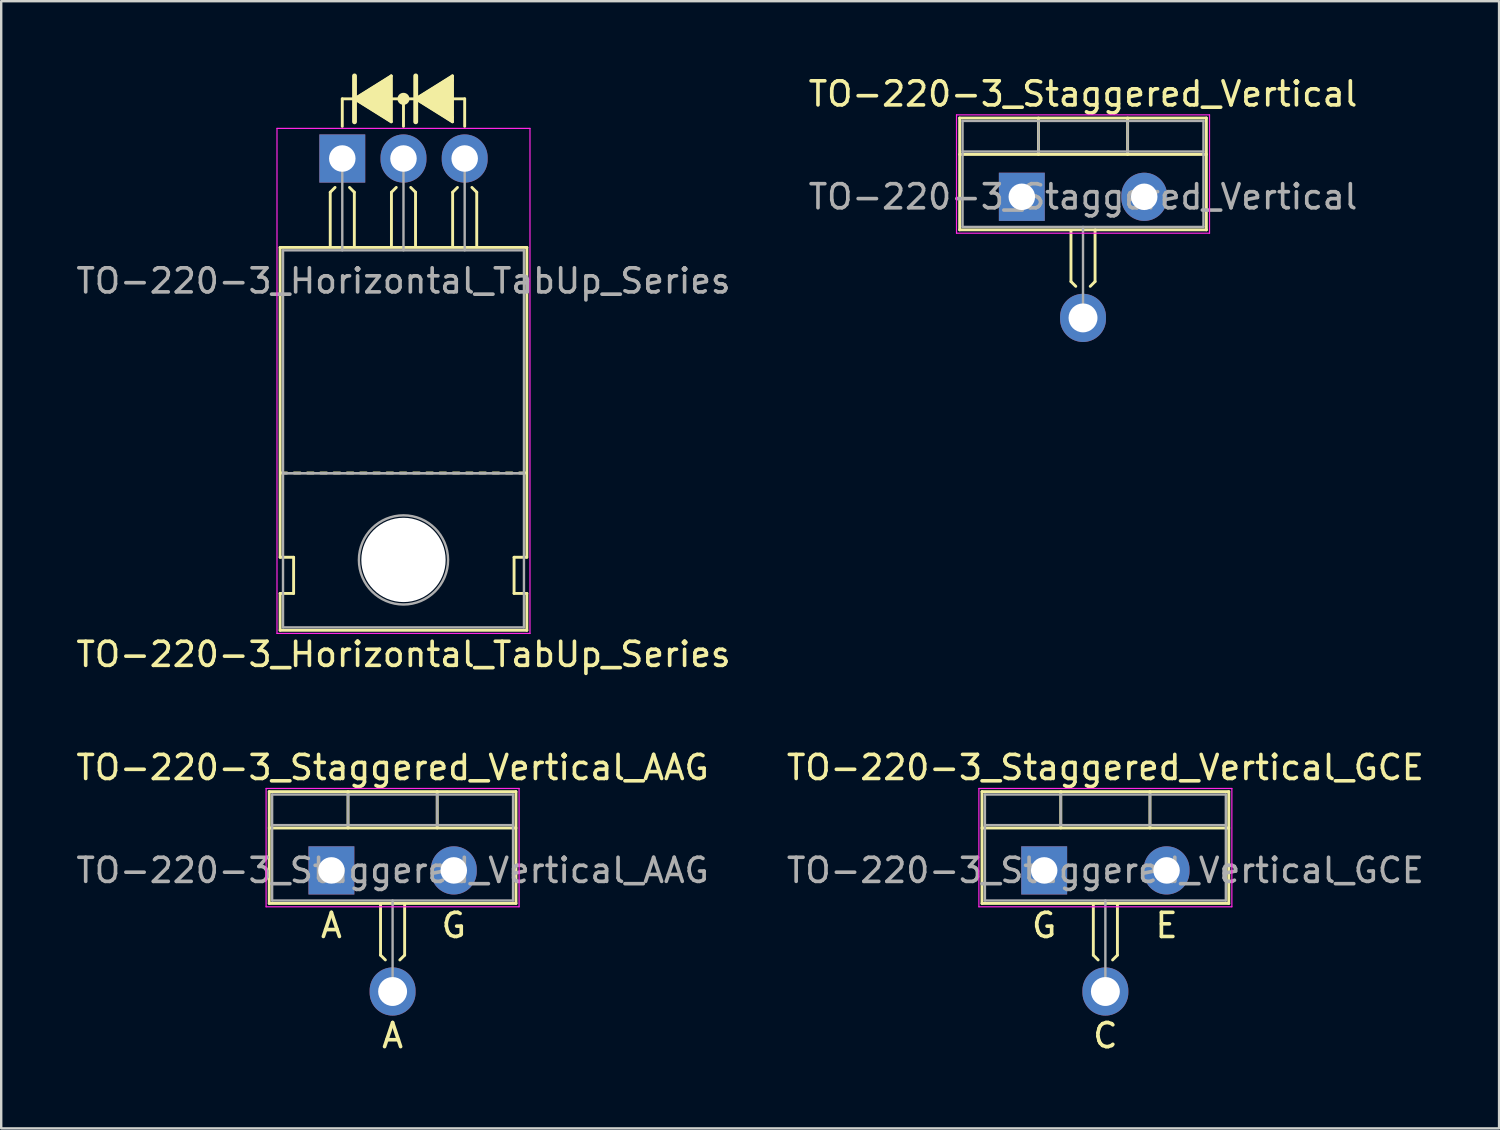
<source format=kicad_pcb>
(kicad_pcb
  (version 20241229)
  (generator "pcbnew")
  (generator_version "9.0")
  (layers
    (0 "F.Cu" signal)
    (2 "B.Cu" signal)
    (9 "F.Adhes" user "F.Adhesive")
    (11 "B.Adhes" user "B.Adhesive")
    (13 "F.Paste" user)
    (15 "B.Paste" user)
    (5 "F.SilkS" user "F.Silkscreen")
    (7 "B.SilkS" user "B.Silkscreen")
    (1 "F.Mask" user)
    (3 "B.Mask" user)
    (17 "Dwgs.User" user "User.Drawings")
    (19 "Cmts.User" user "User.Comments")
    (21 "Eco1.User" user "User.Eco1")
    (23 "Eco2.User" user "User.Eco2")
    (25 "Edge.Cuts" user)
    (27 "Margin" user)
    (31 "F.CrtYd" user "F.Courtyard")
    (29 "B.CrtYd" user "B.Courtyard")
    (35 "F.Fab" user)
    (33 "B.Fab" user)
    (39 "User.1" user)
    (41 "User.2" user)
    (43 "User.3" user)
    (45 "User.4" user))
  (footprint "TO-220-3_Staggered_Vertical_GCE"
    (layer "F.Cu")
    (at 40.287 33.075)
    (property "Reference" "TO-220-3_Staggered_Vertical_GCE" (at 2.54 -4.27 0) (layer "F.SilkS") (effects (font (size 1 1) (thickness 0.15))))
    (fp_line (start -2.58 -3.27) (end -2.58 1.371) (stroke (width 0.12) (type solid)) (layer "F.SilkS"))
    (fp_line (start -2.58 -3.27) (end 7.66 -3.27) (stroke (width 0.12) (type solid)) (layer "F.SilkS"))
    (fp_line (start -2.58 -1.76) (end 7.66 -1.76) (stroke (width 0.12) (type solid)) (layer "F.SilkS"))
    (fp_line (start -2.58 1.371) (end 3.048 1.371) (stroke (width 0.12) (type solid)) (layer "F.SilkS"))
    (fp_line (start 0.69 -3.27) (end 0.69 -1.76) (stroke (width 0.12) (type solid)) (layer "F.SilkS"))
    (fp_line (start 2.04 1.417) (end 2.04 3.517) (stroke (width 0.12) (type solid)) (layer "F.SilkS"))
    (fp_line (start 2.04 3.517) (end 2.24 3.716) (stroke (width 0.12) (type solid)) (layer "F.SilkS"))
    (fp_line (start 3.04 1.417) (end 3.04 3.517) (stroke (width 0.12) (type solid)) (layer "F.SilkS"))
    (fp_line (start 3.04 3.517) (end 2.84 3.716) (stroke (width 0.12) (type solid)) (layer "F.SilkS"))
    (fp_line (start 4.391 -3.27) (end 4.391 -1.76) (stroke (width 0.12) (type solid)) (layer "F.SilkS"))
    (fp_line (start 7.66 -3.27) (end 7.66 1.371) (stroke (width 0.12) (type solid)) (layer "F.SilkS"))
    (fp_line (start 7.66 1.371) (end 3.048 1.371) (stroke (width 0.12) (type solid)) (layer "F.SilkS"))
    (fp_line (start -2.71 -3.4) (end -2.71 1.51) (stroke (width 0.05) (type solid)) (layer "F.CrtYd"))
    (fp_line (start -2.71 1.51) (end 7.79 1.51) (stroke (width 0.05) (type solid)) (layer "F.CrtYd"))
    (fp_line (start 7.79 -3.4) (end -2.71 -3.4) (stroke (width 0.05) (type solid)) (layer "F.CrtYd"))
    (fp_line (start 7.79 1.51) (end 7.79 -3.4) (stroke (width 0.05) (type solid)) (layer "F.CrtYd"))
    (fp_line (start -2.46 -3.15) (end -2.46 1.25) (stroke (width 0.1) (type solid)) (layer "F.Fab"))
    (fp_line (start -2.46 -1.88) (end 7.54 -1.88) (stroke (width 0.1) (type solid)) (layer "F.Fab"))
    (fp_line (start -2.46 1.25) (end 7.54 1.25) (stroke (width 0.1) (type solid)) (layer "F.Fab"))
    (fp_line (start 0.69 -3.15) (end 0.69 -1.88) (stroke (width 0.1) (type solid)) (layer "F.Fab"))
    (fp_line (start 2.54 5.08) (end 2.54 1.25) (stroke (width 0.1) (type solid)) (layer "F.Fab"))
    (fp_line (start 4.39 -3.15) (end 4.39 -1.88) (stroke (width 0.1) (type solid)) (layer "F.Fab"))
    (fp_line (start 7.54 -3.15) (end -2.46 -3.15) (stroke (width 0.1) (type solid)) (layer "F.Fab"))
    (fp_line (start 7.54 1.25) (end 7.54 -3.15) (stroke (width 0.1) (type solid)) (layer "F.Fab"))
    (fp_text user "G" (at 0 2.286 0) (unlocked yes) (layer "F.SilkS") (effects (font (size 1 1) (thickness 0.15))))
    (fp_text user "C" (at 2.54 6.858 0) (unlocked yes) (layer "F.SilkS") (effects (font (size 1 1) (thickness 0.15))))
    (fp_text user "E" (at 5.08 2.286 0) (unlocked yes) (layer "F.SilkS") (effects (font (size 1 1) (thickness 0.15))))
    (fp_text user "${REFERENCE}" (at 2.54 0 0) (layer "F.Fab") (effects (font (size 1 1) (thickness 0.15))))
    (pad "1" thru_hole rect (at 0 0) (size 1.905 2) (drill 1.1) (layers "*.Cu" "*.Mask"))
    (pad "2" thru_hole oval (at 2.54 5.026) (size 1.905 2) (drill 1.2) (layers "*.Cu" "*.Mask"))
    (pad "3" thru_hole oval (at 5.08 0) (size 1.905 2) (drill 1.1) (layers "*.Cu" "*.Mask")))
  (footprint "TO-220-3_Horizontal_TabUp_Series"
    (layer "F.Cu")
    (at 11.156 3.529)
    (property "Reference" "TO-220-3_Horizontal_TabUp_Series" (at 2.54 20.58 0) (layer "F.SilkS") (effects (font (size 1 1) (thickness 0.15))))
    (attr through_hole)
    (fp_line (start -2.58 16.55) (end -2.58 3.69) (stroke (width 0.12) (type solid)) (layer "F.SilkS"))
    (fp_line (start -2.58 16.55) (end -2.02 16.55) (stroke (width 0.12) (type solid)) (layer "F.SilkS"))
    (fp_line (start -2.58 19.58) (end -2.58 18.05) (stroke (width 0.12) (type solid)) (layer "F.SilkS"))
    (fp_line (start -2.3 13.05) (end -2.55 13.05) (stroke (width 0.12) (type solid)) (layer "F.SilkS"))
    (fp_line (start -2.02 16.55) (end -2.02 18.05) (stroke (width 0.12) (type solid)) (layer "F.SilkS"))
    (fp_line (start -2.02 18.05) (end -2.58 18.05) (stroke (width 0.12) (type solid)) (layer "F.SilkS"))
    (fp_line (start -1.75 13.05) (end -2 13.05) (stroke (width 0.12) (type solid)) (layer "F.SilkS"))
    (fp_line (start -1.2 13.05) (end -1.45 13.05) (stroke (width 0.12) (type solid)) (layer "F.SilkS"))
    (fp_line (start -0.65 13.05) (end -0.9 13.05) (stroke (width 0.12) (type solid)) (layer "F.SilkS"))
    (fp_line (start -0.5 1.4) (end -0.3 1.2) (stroke (width 0.12) (type solid)) (layer "F.SilkS"))
    (fp_line (start -0.5 3.65) (end -0.5 1.4) (stroke (width 0.12) (type solid)) (layer "F.SilkS"))
    (fp_line (start -0.1 13.05) (end -0.35 13.05) (stroke (width 0.12) (type solid)) (layer "F.SilkS"))
    (fp_line (start 0 -2.477) (end 0.508 -2.477) (stroke (width 0.12) (type solid)) (layer "F.SilkS"))
    (fp_line (start 0 -1.333) (end 0 -2.477) (stroke (width 0.12) (type solid)) (layer "F.SilkS"))
    (fp_line (start 0.45 13.05) (end 0.2 13.05) (stroke (width 0.12) (type solid)) (layer "F.SilkS"))
    (fp_line (start 0.5 1.4) (end 0.3 1.2) (stroke (width 0.12) (type solid)) (layer "F.SilkS"))
    (fp_line (start 0.5 3.65) (end 0.5 1.4) (stroke (width 0.12) (type solid)) (layer "F.SilkS"))
    (fp_line (start 0.508 -3.429) (end 0.508 -1.524) (stroke (width 0.2) (type solid)) (layer "F.SilkS"))
    (fp_line (start 0.508 -2.477) (end 2.032 -1.524) (stroke (width 0.12) (type solid)) (layer "F.SilkS"))
    (fp_line (start 1 13.05) (end 0.75 13.05) (stroke (width 0.12) (type solid)) (layer "F.SilkS"))
    (fp_line (start 1.55 13.05) (end 1.3 13.05) (stroke (width 0.12) (type solid)) (layer "F.SilkS"))
    (fp_line (start 2.032 -3.429) (end 0.508 -2.477) (stroke (width 0.12) (type solid)) (layer "F.SilkS"))
    (fp_line (start 2.032 -1.524) (end 2.032 -3.429) (stroke (width 0.12) (type solid)) (layer "F.SilkS"))
    (fp_line (start 2.04 1.4) (end 2.24 1.2) (stroke (width 0.12) (type solid)) (layer "F.SilkS"))
    (fp_line (start 2.04 3.65) (end 2.04 1.4) (stroke (width 0.12) (type solid)) (layer "F.SilkS"))
    (fp_line (start 2.1 13.05) (end 1.85 13.05) (stroke (width 0.12) (type solid)) (layer "F.SilkS"))
    (fp_line (start 2.54 -2.477) (end 2.032 -2.477) (stroke (width 0.12) (type solid)) (layer "F.SilkS"))
    (fp_line (start 2.54 -2.477) (end 3.048 -2.477) (stroke (width 0.12) (type solid)) (layer "F.SilkS"))
    (fp_line (start 2.54 -1.333) (end 2.54 -2.477) (stroke (width 0.12) (type solid)) (layer "F.SilkS"))
    (fp_line (start 2.65 13.05) (end 2.4 13.05) (stroke (width 0.12) (type solid)) (layer "F.SilkS"))
    (fp_line (start 3.04 1.4) (end 2.84 1.2) (stroke (width 0.12) (type solid)) (layer "F.SilkS"))
    (fp_line (start 3.04 3.65) (end 3.04 1.4) (stroke (width 0.12) (type solid)) (layer "F.SilkS"))
    (fp_line (start 3.048 -3.429) (end 3.048 -1.524) (stroke (width 0.2) (type solid)) (layer "F.SilkS"))
    (fp_line (start 3.048 -2.477) (end 4.572 -3.429) (stroke (width 0.12) (type solid)) (layer "F.SilkS"))
    (fp_line (start 3.048 -2.477) (end 4.572 -1.524) (stroke (width 0.12) (type solid)) (layer "F.SilkS"))
    (fp_line (start 3.2 13.05) (end 2.95 13.05) (stroke (width 0.12) (type solid)) (layer "F.SilkS"))
    (fp_line (start 3.75 13.05) (end 3.5 13.05) (stroke (width 0.12) (type solid)) (layer "F.SilkS"))
    (fp_line (start 4.3 13.05) (end 4.05 13.05) (stroke (width 0.12) (type solid)) (layer "F.SilkS"))
    (fp_line (start 4.572 -3.239) (end 4.572 -3.429) (stroke (width 0.12) (type solid)) (layer "F.SilkS"))
    (fp_line (start 4.572 -1.714) (end 4.572 -3.239) (stroke (width 0.12) (type solid)) (layer "F.SilkS"))
    (fp_line (start 4.572 -1.714) (end 4.572 -1.524) (stroke (width 0.12) (type solid)) (layer "F.SilkS"))
    (fp_line (start 4.58 1.4) (end 4.78 1.2) (stroke (width 0.12) (type solid)) (layer "F.SilkS"))
    (fp_line (start 4.58 3.65) (end 4.58 1.4) (stroke (width 0.12) (type solid)) (layer "F.SilkS"))
    (fp_line (start 4.85 13.05) (end 4.6 13.05) (stroke (width 0.12) (type solid)) (layer "F.SilkS"))
    (fp_line (start 5.08 -2.477) (end 4.572 -2.477) (stroke (width 0.12) (type solid)) (layer "F.SilkS"))
    (fp_line (start 5.08 -1.333) (end 5.08 -2.477) (stroke (width 0.12) (type solid)) (layer "F.SilkS"))
    (fp_line (start 5.4 13.05) (end 5.15 13.05) (stroke (width 0.12) (type solid)) (layer "F.SilkS"))
    (fp_line (start 5.58 1.4) (end 5.38 1.2) (stroke (width 0.12) (type solid)) (layer "F.SilkS"))
    (fp_line (start 5.58 3.65) (end 5.58 1.4) (stroke (width 0.12) (type solid)) (layer "F.SilkS"))
    (fp_line (start 5.95 13.05) (end 5.7 13.05) (stroke (width 0.12) (type solid)) (layer "F.SilkS"))
    (fp_line (start 6.5 13.05) (end 6.25 13.05) (stroke (width 0.12) (type solid)) (layer "F.SilkS"))
    (fp_line (start 7.05 13.05) (end 6.8 13.05) (stroke (width 0.12) (type solid)) (layer "F.SilkS"))
    (fp_line (start 7.13 16.55) (end 7.655 16.55) (stroke (width 0.12) (type solid)) (layer "F.SilkS"))
    (fp_line (start 7.13 18.05) (end 7.13 16.55) (stroke (width 0.12) (type solid)) (layer "F.SilkS"))
    (fp_line (start 7.6 13.05) (end 7.35 13.05) (stroke (width 0.12) (type solid)) (layer "F.SilkS"))
    (fp_line (start 7.66 3.69) (end -2.58 3.69) (stroke (width 0.12) (type solid)) (layer "F.SilkS"))
    (fp_line (start 7.66 16.55) (end 7.66 3.69) (stroke (width 0.12) (type solid)) (layer "F.SilkS"))
    (fp_line (start 7.66 18.05) (end 7.13 18.05) (stroke (width 0.12) (type solid)) (layer "F.SilkS"))
    (fp_line (start 7.66 19.58) (end -2.58 19.58) (stroke (width 0.12) (type solid)) (layer "F.SilkS"))
    (fp_line (start 7.66 19.58) (end 7.66 18.05) (stroke (width 0.12) (type solid)) (layer "F.SilkS"))
    (fp_circle (center 2.54 -2.477) (end 2.54 -2.667) (stroke (width 0.12) (type solid)) (fill no) (layer "F.SilkS"))
    (fp_circle (center 2.54 -2.477) (end 2.54 -2.603) (stroke (width 0.12) (type solid)) (fill no) (layer "F.SilkS"))
    (fp_circle (center 2.54 -2.477) (end 2.54 -2.54) (stroke (width 0.12) (type solid)) (fill no) (layer "F.SilkS"))
    (fp_poly (pts (xy 2.032 -1.524) (xy 0.508 -2.477) (xy 2.032 -3.429)) (stroke (width 0.1) (type solid)) (fill yes) (layer "F.SilkS"))
    (fp_poly (pts (xy 3.048 -2.477) (xy 4.572 -3.429) (xy 4.572 -1.524)) (stroke (width 0.1) (type solid)) (fill yes) (layer "F.SilkS"))
    (fp_line (start -2.71 -1.25) (end -2.71 19.71) (stroke (width 0.05) (type solid)) (layer "F.CrtYd"))
    (fp_line (start -2.71 19.71) (end 7.79 19.71) (stroke (width 0.05) (type solid)) (layer "F.CrtYd"))
    (fp_line (start 7.79 -1.25) (end -2.71 -1.25) (stroke (width 0.05) (type solid)) (layer "F.CrtYd"))
    (fp_line (start 7.79 19.71) (end 7.79 -1.25) (stroke (width 0.05) (type solid)) (layer "F.CrtYd"))
    (fp_line (start -2.46 3.81) (end -2.46 13.06) (stroke (width 0.1) (type solid)) (layer "F.Fab"))
    (fp_line (start -2.46 13.06) (end -2.46 19.46) (stroke (width 0.1) (type solid)) (layer "F.Fab"))
    (fp_line (start -2.46 13.06) (end 7.54 13.06) (stroke (width 0.1) (type solid)) (layer "F.Fab"))
    (fp_line (start -2.46 19.46) (end 7.54 19.46) (stroke (width 0.1) (type solid)) (layer "F.Fab"))
    (fp_line (start 0 3.81) (end 0 0) (stroke (width 0.1) (type solid)) (layer "F.Fab"))
    (fp_line (start 2.54 3.81) (end 2.54 0) (stroke (width 0.1) (type solid)) (layer "F.Fab"))
    (fp_line (start 5.08 3.81) (end 5.08 0) (stroke (width 0.1) (type solid)) (layer "F.Fab"))
    (fp_line (start 7.54 3.81) (end -2.46 3.81) (stroke (width 0.1) (type solid)) (layer "F.Fab"))
    (fp_line (start 7.54 13.06) (end -2.46 13.06) (stroke (width 0.1) (type solid)) (layer "F.Fab"))
    (fp_line (start 7.54 13.06) (end 7.54 3.81) (stroke (width 0.1) (type solid)) (layer "F.Fab"))
    (fp_line (start 7.54 19.46) (end 7.54 13.06) (stroke (width 0.1) (type solid)) (layer "F.Fab"))
    (fp_circle (center 2.54 16.66) (end 4.39 16.66) (stroke (width 0.1) (type solid)) (fill no) (layer "F.Fab"))
    (fp_text user "${REFERENCE}" (at 2.54 5.08 0) (layer "F.Fab") (effects (font (size 1 1) (thickness 0.15))))
    (pad "" np_thru_hole oval (at 2.54 16.66) (size 3.5 3.5) (drill 3.5) (layers "*.Cu" "*.Mask"))
    (pad "1" thru_hole rect (at 0 0) (size 1.905 2) (drill 1.1) (layers "*.Cu" "*.Mask"))
    (pad "2" thru_hole oval (at 2.54 0) (size 1.905 2) (drill 1.1) (layers "*.Cu" "*.Mask"))
    (pad "3" thru_hole oval (at 5.08 0) (size 1.905 2) (drill 1.1) (layers "*.Cu" "*.Mask")))
  (footprint "TO-220-3_Staggered_Vertical_AAG"
    (layer "F.Cu")
    (at 10.704 33.075)
    (property "Reference" "TO-220-3_Staggered_Vertical_AAG" (at 2.54 -4.27 0) (layer "F.SilkS") (effects (font (size 1 1) (thickness 0.15))))
    (fp_line (start -2.58 -3.27) (end -2.58 1.371) (stroke (width 0.12) (type solid)) (layer "F.SilkS"))
    (fp_line (start -2.58 -3.27) (end 7.66 -3.27) (stroke (width 0.12) (type solid)) (layer "F.SilkS"))
    (fp_line (start -2.58 -1.76) (end 7.66 -1.76) (stroke (width 0.12) (type solid)) (layer "F.SilkS"))
    (fp_line (start -2.58 1.371) (end 3.048 1.371) (stroke (width 0.12) (type solid)) (layer "F.SilkS"))
    (fp_line (start 0.69 -3.27) (end 0.69 -1.76) (stroke (width 0.12) (type solid)) (layer "F.SilkS"))
    (fp_line (start 2.04 1.417) (end 2.04 3.517) (stroke (width 0.12) (type solid)) (layer "F.SilkS"))
    (fp_line (start 2.04 3.517) (end 2.24 3.716) (stroke (width 0.12) (type solid)) (layer "F.SilkS"))
    (fp_line (start 3.04 1.417) (end 3.04 3.517) (stroke (width 0.12) (type solid)) (layer "F.SilkS"))
    (fp_line (start 3.04 3.517) (end 2.84 3.716) (stroke (width 0.12) (type solid)) (layer "F.SilkS"))
    (fp_line (start 4.391 -3.27) (end 4.391 -1.76) (stroke (width 0.12) (type solid)) (layer "F.SilkS"))
    (fp_line (start 7.66 -3.27) (end 7.66 1.371) (stroke (width 0.12) (type solid)) (layer "F.SilkS"))
    (fp_line (start 7.66 1.371) (end 3.048 1.371) (stroke (width 0.12) (type solid)) (layer "F.SilkS"))
    (fp_line (start -2.71 -3.4) (end -2.71 1.51) (stroke (width 0.05) (type solid)) (layer "F.CrtYd"))
    (fp_line (start -2.71 1.51) (end 7.79 1.51) (stroke (width 0.05) (type solid)) (layer "F.CrtYd"))
    (fp_line (start 7.79 -3.4) (end -2.71 -3.4) (stroke (width 0.05) (type solid)) (layer "F.CrtYd"))
    (fp_line (start 7.79 1.51) (end 7.79 -3.4) (stroke (width 0.05) (type solid)) (layer "F.CrtYd"))
    (fp_line (start -2.46 -3.15) (end -2.46 1.25) (stroke (width 0.1) (type solid)) (layer "F.Fab"))
    (fp_line (start -2.46 -1.88) (end 7.54 -1.88) (stroke (width 0.1) (type solid)) (layer "F.Fab"))
    (fp_line (start -2.46 1.25) (end 7.54 1.25) (stroke (width 0.1) (type solid)) (layer "F.Fab"))
    (fp_line (start 0.69 -3.15) (end 0.69 -1.88) (stroke (width 0.1) (type solid)) (layer "F.Fab"))
    (fp_line (start 2.54 5.08) (end 2.54 1.25) (stroke (width 0.1) (type solid)) (layer "F.Fab"))
    (fp_line (start 4.39 -3.15) (end 4.39 -1.88) (stroke (width 0.1) (type solid)) (layer "F.Fab"))
    (fp_line (start 7.54 -3.15) (end -2.46 -3.15) (stroke (width 0.1) (type solid)) (layer "F.Fab"))
    (fp_line (start 7.54 1.25) (end 7.54 -3.15) (stroke (width 0.1) (type solid)) (layer "F.Fab"))
    (fp_text user "G" (at 5.08 2.286 0) (unlocked yes) (layer "F.SilkS") (effects (font (size 1 1) (thickness 0.15))))
    (fp_text user "A" (at 2.54 6.858 0) (unlocked yes) (layer "F.SilkS") (effects (font (size 1 1) (thickness 0.15))))
    (fp_text user "A" (at 0 2.286 0) (unlocked yes) (layer "F.SilkS") (effects (font (size 1 1) (thickness 0.15))))
    (fp_text user "${REFERENCE}" (at 2.54 0 0) (layer "F.Fab") (effects (font (size 1 1) (thickness 0.15))))
    (pad "1" thru_hole rect (at 0 0) (size 1.905 2) (drill 1.1) (layers "*.Cu" "*.Mask"))
    (pad "2" thru_hole oval (at 2.54 5.026) (size 1.905 2) (drill 1.2) (layers "*.Cu" "*.Mask"))
    (pad "3" thru_hole oval (at 5.08 0) (size 1.905 2) (drill 1.1) (layers "*.Cu" "*.Mask")))
  (footprint "TO-220-3_Staggered_Vertical"
    (layer "F.Cu")
    (at 39.359 5.118)
    (property "Reference" "TO-220-3_Staggered_Vertical" (at 2.54 -4.27 0) (layer "F.SilkS") (effects (font (size 1 1) (thickness 0.15))))
    (attr through_hole)
    (fp_line (start -2.58 -3.27) (end -2.58 1.371) (stroke (width 0.12) (type solid)) (layer "F.SilkS"))
    (fp_line (start -2.58 -3.27) (end 7.66 -3.27) (stroke (width 0.12) (type solid)) (layer "F.SilkS"))
    (fp_line (start -2.58 -1.76) (end 7.66 -1.76) (stroke (width 0.12) (type solid)) (layer "F.SilkS"))
    (fp_line (start -2.58 1.371) (end 3.048 1.371) (stroke (width 0.12) (type solid)) (layer "F.SilkS"))
    (fp_line (start 0.69 -3.27) (end 0.69 -1.76) (stroke (width 0.12) (type solid)) (layer "F.SilkS"))
    (fp_line (start 2.04 1.417) (end 2.04 3.517) (stroke (width 0.12) (type solid)) (layer "F.SilkS"))
    (fp_line (start 2.04 3.517) (end 2.24 3.716) (stroke (width 0.12) (type solid)) (layer "F.SilkS"))
    (fp_line (start 3.04 1.417) (end 3.04 3.517) (stroke (width 0.12) (type solid)) (layer "F.SilkS"))
    (fp_line (start 3.04 3.517) (end 2.84 3.716) (stroke (width 0.12) (type solid)) (layer "F.SilkS"))
    (fp_line (start 4.391 -3.27) (end 4.391 -1.76) (stroke (width 0.12) (type solid)) (layer "F.SilkS"))
    (fp_line (start 7.66 -3.27) (end 7.66 1.371) (stroke (width 0.12) (type solid)) (layer "F.SilkS"))
    (fp_line (start 7.66 1.371) (end 3.048 1.371) (stroke (width 0.12) (type solid)) (layer "F.SilkS"))
    (fp_line (start -2.71 -3.4) (end -2.71 1.51) (stroke (width 0.05) (type solid)) (layer "F.CrtYd"))
    (fp_line (start -2.71 1.51) (end 7.79 1.51) (stroke (width 0.05) (type solid)) (layer "F.CrtYd"))
    (fp_line (start 7.79 -3.4) (end -2.71 -3.4) (stroke (width 0.05) (type solid)) (layer "F.CrtYd"))
    (fp_line (start 7.79 1.51) (end 7.79 -3.4) (stroke (width 0.05) (type solid)) (layer "F.CrtYd"))
    (fp_line (start -2.46 -3.15) (end -2.46 1.25) (stroke (width 0.1) (type solid)) (layer "F.Fab"))
    (fp_line (start -2.46 -1.88) (end 7.54 -1.88) (stroke (width 0.1) (type solid)) (layer "F.Fab"))
    (fp_line (start -2.46 1.25) (end 7.54 1.25) (stroke (width 0.1) (type solid)) (layer "F.Fab"))
    (fp_line (start 0.69 -3.15) (end 0.69 -1.88) (stroke (width 0.1) (type solid)) (layer "F.Fab"))
    (fp_line (start 2.54 5.08) (end 2.54 1.25) (stroke (width 0.1) (type solid)) (layer "F.Fab"))
    (fp_line (start 4.39 -3.15) (end 4.39 -1.88) (stroke (width 0.1) (type solid)) (layer "F.Fab"))
    (fp_line (start 7.54 -3.15) (end -2.46 -3.15) (stroke (width 0.1) (type solid)) (layer "F.Fab"))
    (fp_line (start 7.54 1.25) (end 7.54 -3.15) (stroke (width 0.1) (type solid)) (layer "F.Fab"))
    (fp_text user "${REFERENCE}" (at 2.54 0 0) (layer "F.Fab") (effects (font (size 1 1) (thickness 0.15))))
    (pad "1" thru_hole rect (at 0 0) (size 1.905 2) (drill 1.1) (layers "*.Cu" "*.Mask"))
    (pad "2" thru_hole oval (at 2.54 5.026) (size 1.905 2) (drill 1.2) (layers "*.Cu" "*.Mask"))
    (pad "3" thru_hole oval (at 5.08 0) (size 1.905 2) (drill 1.1) (layers "*.Cu" "*.Mask")))
  (gr_rect
    (start -3 -3)
    (end 59.167 43.782)
    (stroke (width 0.1) (type default))
    (fill no)
    (layer "Edge.Cuts")))
</source>
